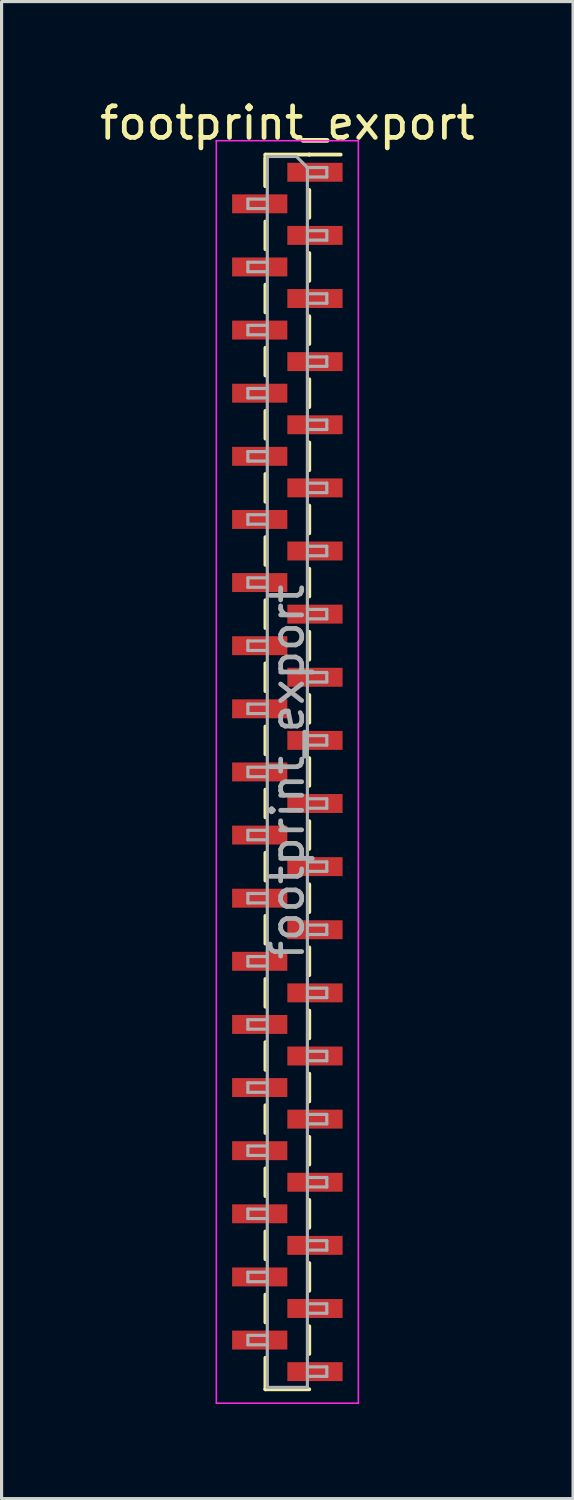
<source format=kicad_pcb>
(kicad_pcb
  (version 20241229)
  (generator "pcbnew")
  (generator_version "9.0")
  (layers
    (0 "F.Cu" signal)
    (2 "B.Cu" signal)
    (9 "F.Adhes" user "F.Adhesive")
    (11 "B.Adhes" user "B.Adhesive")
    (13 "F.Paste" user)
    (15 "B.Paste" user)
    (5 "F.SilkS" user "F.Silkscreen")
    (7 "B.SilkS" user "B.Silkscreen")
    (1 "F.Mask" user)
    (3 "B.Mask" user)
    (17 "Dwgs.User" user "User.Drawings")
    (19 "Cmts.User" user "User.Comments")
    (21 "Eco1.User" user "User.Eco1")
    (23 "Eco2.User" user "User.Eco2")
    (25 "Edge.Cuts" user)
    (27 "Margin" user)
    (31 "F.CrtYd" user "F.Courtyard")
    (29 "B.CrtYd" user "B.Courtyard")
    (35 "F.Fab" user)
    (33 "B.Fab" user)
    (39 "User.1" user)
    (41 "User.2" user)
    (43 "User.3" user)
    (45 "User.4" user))
  (footprint "footprint_export"
    (layer "F.Cu")
    (at 6.054 21.408)
    (property "Reference" "footprint_export" (at 0 -20.56 0) (layer "F.SilkS") (effects (font (size 1 1) (thickness 0.15))))
    (attr smd)
    (fp_line (start -0.695 -19.56) (end -0.695 -18.56) (stroke (width 0.12) (type solid)) (layer "F.SilkS"))
    (fp_line (start -0.695 -19.56) (end 0.695 -19.56) (stroke (width 0.12) (type solid)) (layer "F.SilkS"))
    (fp_line (start -0.695 -19.44) (end -0.695 -18.56) (stroke (width 0.12) (type solid)) (layer "F.SilkS"))
    (fp_line (start -0.695 -17.44) (end -0.695 -16.56) (stroke (width 0.12) (type solid)) (layer "F.SilkS"))
    (fp_line (start -0.695 -15.44) (end -0.695 -14.56) (stroke (width 0.12) (type solid)) (layer "F.SilkS"))
    (fp_line (start -0.695 -13.44) (end -0.695 -12.56) (stroke (width 0.12) (type solid)) (layer "F.SilkS"))
    (fp_line (start -0.695 -11.44) (end -0.695 -10.56) (stroke (width 0.12) (type solid)) (layer "F.SilkS"))
    (fp_line (start -0.695 -9.44) (end -0.695 -8.56) (stroke (width 0.12) (type solid)) (layer "F.SilkS"))
    (fp_line (start -0.695 -7.44) (end -0.695 -6.56) (stroke (width 0.12) (type solid)) (layer "F.SilkS"))
    (fp_line (start -0.695 -5.44) (end -0.695 -4.56) (stroke (width 0.12) (type solid)) (layer "F.SilkS"))
    (fp_line (start -0.695 -3.44) (end -0.695 -2.56) (stroke (width 0.12) (type solid)) (layer "F.SilkS"))
    (fp_line (start -0.695 -1.44) (end -0.695 -0.56) (stroke (width 0.12) (type solid)) (layer "F.SilkS"))
    (fp_line (start -0.695 0.56) (end -0.695 1.44) (stroke (width 0.12) (type solid)) (layer "F.SilkS"))
    (fp_line (start -0.695 2.56) (end -0.695 3.44) (stroke (width 0.12) (type solid)) (layer "F.SilkS"))
    (fp_line (start -0.695 4.56) (end -0.695 5.44) (stroke (width 0.12) (type solid)) (layer "F.SilkS"))
    (fp_line (start -0.695 6.56) (end -0.695 7.44) (stroke (width 0.12) (type solid)) (layer "F.SilkS"))
    (fp_line (start -0.695 8.56) (end -0.695 9.44) (stroke (width 0.12) (type solid)) (layer "F.SilkS"))
    (fp_line (start -0.695 10.56) (end -0.695 11.44) (stroke (width 0.12) (type solid)) (layer "F.SilkS"))
    (fp_line (start -0.695 12.56) (end -0.695 13.44) (stroke (width 0.12) (type solid)) (layer "F.SilkS"))
    (fp_line (start -0.695 14.56) (end -0.695 15.44) (stroke (width 0.12) (type solid)) (layer "F.SilkS"))
    (fp_line (start -0.695 16.56) (end -0.695 17.44) (stroke (width 0.12) (type solid)) (layer "F.SilkS"))
    (fp_line (start -0.695 18.56) (end -0.695 19.56) (stroke (width 0.12) (type solid)) (layer "F.SilkS"))
    (fp_line (start -0.695 19.56) (end -0.695 19.56) (stroke (width 0.12) (type solid)) (layer "F.SilkS"))
    (fp_line (start -0.695 19.56) (end 0.695 19.56) (stroke (width 0.12) (type solid)) (layer "F.SilkS"))
    (fp_line (start 0.695 -19.56) (end 0.695 -19.56) (stroke (width 0.12) (type solid)) (layer "F.SilkS"))
    (fp_line (start 0.695 -19.56) (end 1.69 -19.56) (stroke (width 0.12) (type solid)) (layer "F.SilkS"))
    (fp_line (start 0.695 -18.44) (end 0.695 -17.56) (stroke (width 0.12) (type solid)) (layer "F.SilkS"))
    (fp_line (start 0.695 -16.44) (end 0.695 -15.56) (stroke (width 0.12) (type solid)) (layer "F.SilkS"))
    (fp_line (start 0.695 -14.44) (end 0.695 -13.56) (stroke (width 0.12) (type solid)) (layer "F.SilkS"))
    (fp_line (start 0.695 -12.44) (end 0.695 -11.56) (stroke (width 0.12) (type solid)) (layer "F.SilkS"))
    (fp_line (start 0.695 -10.44) (end 0.695 -9.56) (stroke (width 0.12) (type solid)) (layer "F.SilkS"))
    (fp_line (start 0.695 -8.44) (end 0.695 -7.56) (stroke (width 0.12) (type solid)) (layer "F.SilkS"))
    (fp_line (start 0.695 -6.44) (end 0.695 -5.56) (stroke (width 0.12) (type solid)) (layer "F.SilkS"))
    (fp_line (start 0.695 -4.44) (end 0.695 -3.56) (stroke (width 0.12) (type solid)) (layer "F.SilkS"))
    (fp_line (start 0.695 -2.44) (end 0.695 -1.56) (stroke (width 0.12) (type solid)) (layer "F.SilkS"))
    (fp_line (start 0.695 -0.44) (end 0.695 0.44) (stroke (width 0.12) (type solid)) (layer "F.SilkS"))
    (fp_line (start 0.695 1.56) (end 0.695 2.44) (stroke (width 0.12) (type solid)) (layer "F.SilkS"))
    (fp_line (start 0.695 3.56) (end 0.695 4.44) (stroke (width 0.12) (type solid)) (layer "F.SilkS"))
    (fp_line (start 0.695 5.56) (end 0.695 6.44) (stroke (width 0.12) (type solid)) (layer "F.SilkS"))
    (fp_line (start 0.695 7.56) (end 0.695 8.44) (stroke (width 0.12) (type solid)) (layer "F.SilkS"))
    (fp_line (start 0.695 9.56) (end 0.695 10.44) (stroke (width 0.12) (type solid)) (layer "F.SilkS"))
    (fp_line (start 0.695 11.56) (end 0.695 12.44) (stroke (width 0.12) (type solid)) (layer "F.SilkS"))
    (fp_line (start 0.695 13.56) (end 0.695 14.44) (stroke (width 0.12) (type solid)) (layer "F.SilkS"))
    (fp_line (start 0.695 15.56) (end 0.695 16.44) (stroke (width 0.12) (type solid)) (layer "F.SilkS"))
    (fp_line (start 0.695 17.56) (end 0.695 18.44) (stroke (width 0.12) (type solid)) (layer "F.SilkS"))
    (fp_line (start -2.25 -20) (end -2.25 20) (stroke (width 0.05) (type solid)) (layer "F.CrtYd"))
    (fp_line (start -2.25 20) (end 2.25 20) (stroke (width 0.05) (type solid)) (layer "F.CrtYd"))
    (fp_line (start 2.25 -20) (end -2.25 -20) (stroke (width 0.05) (type solid)) (layer "F.CrtYd"))
    (fp_line (start 2.25 20) (end 2.25 -20) (stroke (width 0.05) (type solid)) (layer "F.CrtYd"))
    (fp_line (start -1.25 -18.15) (end -1.25 -17.85) (stroke (width 0.1) (type solid)) (layer "F.Fab"))
    (fp_line (start -1.25 -17.85) (end -0.635 -17.85) (stroke (width 0.1) (type solid)) (layer "F.Fab"))
    (fp_line (start -1.25 -16.15) (end -1.25 -15.85) (stroke (width 0.1) (type solid)) (layer "F.Fab"))
    (fp_line (start -1.25 -15.85) (end -0.635 -15.85) (stroke (width 0.1) (type solid)) (layer "F.Fab"))
    (fp_line (start -1.25 -14.15) (end -1.25 -13.85) (stroke (width 0.1) (type solid)) (layer "F.Fab"))
    (fp_line (start -1.25 -13.85) (end -0.635 -13.85) (stroke (width 0.1) (type solid)) (layer "F.Fab"))
    (fp_line (start -1.25 -12.15) (end -1.25 -11.85) (stroke (width 0.1) (type solid)) (layer "F.Fab"))
    (fp_line (start -1.25 -11.85) (end -0.635 -11.85) (stroke (width 0.1) (type solid)) (layer "F.Fab"))
    (fp_line (start -1.25 -10.15) (end -1.25 -9.85) (stroke (width 0.1) (type solid)) (layer "F.Fab"))
    (fp_line (start -1.25 -9.85) (end -0.635 -9.85) (stroke (width 0.1) (type solid)) (layer "F.Fab"))
    (fp_line (start -1.25 -8.15) (end -1.25 -7.85) (stroke (width 0.1) (type solid)) (layer "F.Fab"))
    (fp_line (start -1.25 -7.85) (end -0.635 -7.85) (stroke (width 0.1) (type solid)) (layer "F.Fab"))
    (fp_line (start -1.25 -6.15) (end -1.25 -5.85) (stroke (width 0.1) (type solid)) (layer "F.Fab"))
    (fp_line (start -1.25 -5.85) (end -0.635 -5.85) (stroke (width 0.1) (type solid)) (layer "F.Fab"))
    (fp_line (start -1.25 -4.15) (end -1.25 -3.85) (stroke (width 0.1) (type solid)) (layer "F.Fab"))
    (fp_line (start -1.25 -3.85) (end -0.635 -3.85) (stroke (width 0.1) (type solid)) (layer "F.Fab"))
    (fp_line (start -1.25 -2.15) (end -1.25 -1.85) (stroke (width 0.1) (type solid)) (layer "F.Fab"))
    (fp_line (start -1.25 -1.85) (end -0.635 -1.85) (stroke (width 0.1) (type solid)) (layer "F.Fab"))
    (fp_line (start -1.25 -0.15) (end -1.25 0.15) (stroke (width 0.1) (type solid)) (layer "F.Fab"))
    (fp_line (start -1.25 0.15) (end -0.635 0.15) (stroke (width 0.1) (type solid)) (layer "F.Fab"))
    (fp_line (start -1.25 1.85) (end -1.25 2.15) (stroke (width 0.1) (type solid)) (layer "F.Fab"))
    (fp_line (start -1.25 2.15) (end -0.635 2.15) (stroke (width 0.1) (type solid)) (layer "F.Fab"))
    (fp_line (start -1.25 3.85) (end -1.25 4.15) (stroke (width 0.1) (type solid)) (layer "F.Fab"))
    (fp_line (start -1.25 4.15) (end -0.635 4.15) (stroke (width 0.1) (type solid)) (layer "F.Fab"))
    (fp_line (start -1.25 5.85) (end -1.25 6.15) (stroke (width 0.1) (type solid)) (layer "F.Fab"))
    (fp_line (start -1.25 6.15) (end -0.635 6.15) (stroke (width 0.1) (type solid)) (layer "F.Fab"))
    (fp_line (start -1.25 7.85) (end -1.25 8.15) (stroke (width 0.1) (type solid)) (layer "F.Fab"))
    (fp_line (start -1.25 8.15) (end -0.635 8.15) (stroke (width 0.1) (type solid)) (layer "F.Fab"))
    (fp_line (start -1.25 9.85) (end -1.25 10.15) (stroke (width 0.1) (type solid)) (layer "F.Fab"))
    (fp_line (start -1.25 10.15) (end -0.635 10.15) (stroke (width 0.1) (type solid)) (layer "F.Fab"))
    (fp_line (start -1.25 11.85) (end -1.25 12.15) (stroke (width 0.1) (type solid)) (layer "F.Fab"))
    (fp_line (start -1.25 12.15) (end -0.635 12.15) (stroke (width 0.1) (type solid)) (layer "F.Fab"))
    (fp_line (start -1.25 13.85) (end -1.25 14.15) (stroke (width 0.1) (type solid)) (layer "F.Fab"))
    (fp_line (start -1.25 14.15) (end -0.635 14.15) (stroke (width 0.1) (type solid)) (layer "F.Fab"))
    (fp_line (start -1.25 15.85) (end -1.25 16.15) (stroke (width 0.1) (type solid)) (layer "F.Fab"))
    (fp_line (start -1.25 16.15) (end -0.635 16.15) (stroke (width 0.1) (type solid)) (layer "F.Fab"))
    (fp_line (start -1.25 17.85) (end -1.25 18.15) (stroke (width 0.1) (type solid)) (layer "F.Fab"))
    (fp_line (start -1.25 18.15) (end -0.635 18.15) (stroke (width 0.1) (type solid)) (layer "F.Fab"))
    (fp_line (start -0.635 -19.5) (end -0.635 19.5) (stroke (width 0.1) (type solid)) (layer "F.Fab"))
    (fp_line (start -0.635 -19.5) (end 0.285 -19.5) (stroke (width 0.1) (type solid)) (layer "F.Fab"))
    (fp_line (start -0.635 -18.15) (end -1.25 -18.15) (stroke (width 0.1) (type solid)) (layer "F.Fab"))
    (fp_line (start -0.635 -16.15) (end -1.25 -16.15) (stroke (width 0.1) (type solid)) (layer "F.Fab"))
    (fp_line (start -0.635 -14.15) (end -1.25 -14.15) (stroke (width 0.1) (type solid)) (layer "F.Fab"))
    (fp_line (start -0.635 -12.15) (end -1.25 -12.15) (stroke (width 0.1) (type solid)) (layer "F.Fab"))
    (fp_line (start -0.635 -10.15) (end -1.25 -10.15) (stroke (width 0.1) (type solid)) (layer "F.Fab"))
    (fp_line (start -0.635 -8.15) (end -1.25 -8.15) (stroke (width 0.1) (type solid)) (layer "F.Fab"))
    (fp_line (start -0.635 -6.15) (end -1.25 -6.15) (stroke (width 0.1) (type solid)) (layer "F.Fab"))
    (fp_line (start -0.635 -4.15) (end -1.25 -4.15) (stroke (width 0.1) (type solid)) (layer "F.Fab"))
    (fp_line (start -0.635 -2.15) (end -1.25 -2.15) (stroke (width 0.1) (type solid)) (layer "F.Fab"))
    (fp_line (start -0.635 -0.15) (end -1.25 -0.15) (stroke (width 0.1) (type solid)) (layer "F.Fab"))
    (fp_line (start -0.635 1.85) (end -1.25 1.85) (stroke (width 0.1) (type solid)) (layer "F.Fab"))
    (fp_line (start -0.635 3.85) (end -1.25 3.85) (stroke (width 0.1) (type solid)) (layer "F.Fab"))
    (fp_line (start -0.635 5.85) (end -1.25 5.85) (stroke (width 0.1) (type solid)) (layer "F.Fab"))
    (fp_line (start -0.635 7.85) (end -1.25 7.85) (stroke (width 0.1) (type solid)) (layer "F.Fab"))
    (fp_line (start -0.635 9.85) (end -1.25 9.85) (stroke (width 0.1) (type solid)) (layer "F.Fab"))
    (fp_line (start -0.635 11.85) (end -1.25 11.85) (stroke (width 0.1) (type solid)) (layer "F.Fab"))
    (fp_line (start -0.635 13.85) (end -1.25 13.85) (stroke (width 0.1) (type solid)) (layer "F.Fab"))
    (fp_line (start -0.635 15.85) (end -1.25 15.85) (stroke (width 0.1) (type solid)) (layer "F.Fab"))
    (fp_line (start -0.635 17.85) (end -1.25 17.85) (stroke (width 0.1) (type solid)) (layer "F.Fab"))
    (fp_line (start 0.635 -19.15) (end 0.285 -19.5) (stroke (width 0.1) (type solid)) (layer "F.Fab"))
    (fp_line (start 0.635 -19.15) (end 1.25 -19.15) (stroke (width 0.1) (type solid)) (layer "F.Fab"))
    (fp_line (start 0.635 -17.15) (end 1.25 -17.15) (stroke (width 0.1) (type solid)) (layer "F.Fab"))
    (fp_line (start 0.635 -15.15) (end 1.25 -15.15) (stroke (width 0.1) (type solid)) (layer "F.Fab"))
    (fp_line (start 0.635 -13.15) (end 1.25 -13.15) (stroke (width 0.1) (type solid)) (layer "F.Fab"))
    (fp_line (start 0.635 -11.15) (end 1.25 -11.15) (stroke (width 0.1) (type solid)) (layer "F.Fab"))
    (fp_line (start 0.635 -9.15) (end 1.25 -9.15) (stroke (width 0.1) (type solid)) (layer "F.Fab"))
    (fp_line (start 0.635 -7.15) (end 1.25 -7.15) (stroke (width 0.1) (type solid)) (layer "F.Fab"))
    (fp_line (start 0.635 -5.15) (end 1.25 -5.15) (stroke (width 0.1) (type solid)) (layer "F.Fab"))
    (fp_line (start 0.635 -3.15) (end 1.25 -3.15) (stroke (width 0.1) (type solid)) (layer "F.Fab"))
    (fp_line (start 0.635 -1.15) (end 1.25 -1.15) (stroke (width 0.1) (type solid)) (layer "F.Fab"))
    (fp_line (start 0.635 0.85) (end 1.25 0.85) (stroke (width 0.1) (type solid)) (layer "F.Fab"))
    (fp_line (start 0.635 2.85) (end 1.25 2.85) (stroke (width 0.1) (type solid)) (layer "F.Fab"))
    (fp_line (start 0.635 4.85) (end 1.25 4.85) (stroke (width 0.1) (type solid)) (layer "F.Fab"))
    (fp_line (start 0.635 6.85) (end 1.25 6.85) (stroke (width 0.1) (type solid)) (layer "F.Fab"))
    (fp_line (start 0.635 8.85) (end 1.25 8.85) (stroke (width 0.1) (type solid)) (layer "F.Fab"))
    (fp_line (start 0.635 10.85) (end 1.25 10.85) (stroke (width 0.1) (type solid)) (layer "F.Fab"))
    (fp_line (start 0.635 12.85) (end 1.25 12.85) (stroke (width 0.1) (type solid)) (layer "F.Fab"))
    (fp_line (start 0.635 14.85) (end 1.25 14.85) (stroke (width 0.1) (type solid)) (layer "F.Fab"))
    (fp_line (start 0.635 16.85) (end 1.25 16.85) (stroke (width 0.1) (type solid)) (layer "F.Fab"))
    (fp_line (start 0.635 18.85) (end 1.25 18.85) (stroke (width 0.1) (type solid)) (layer "F.Fab"))
    (fp_line (start 0.635 19.5) (end -0.635 19.5) (stroke (width 0.1) (type solid)) (layer "F.Fab"))
    (fp_line (start 0.635 19.5) (end 0.635 -19.15) (stroke (width 0.1) (type solid)) (layer "F.Fab"))
    (fp_line (start 1.25 -19.15) (end 1.25 -18.85) (stroke (width 0.1) (type solid)) (layer "F.Fab"))
    (fp_line (start 1.25 -18.85) (end 0.635 -18.85) (stroke (width 0.1) (type solid)) (layer "F.Fab"))
    (fp_line (start 1.25 -17.15) (end 1.25 -16.85) (stroke (width 0.1) (type solid)) (layer "F.Fab"))
    (fp_line (start 1.25 -16.85) (end 0.635 -16.85) (stroke (width 0.1) (type solid)) (layer "F.Fab"))
    (fp_line (start 1.25 -15.15) (end 1.25 -14.85) (stroke (width 0.1) (type solid)) (layer "F.Fab"))
    (fp_line (start 1.25 -14.85) (end 0.635 -14.85) (stroke (width 0.1) (type solid)) (layer "F.Fab"))
    (fp_line (start 1.25 -13.15) (end 1.25 -12.85) (stroke (width 0.1) (type solid)) (layer "F.Fab"))
    (fp_line (start 1.25 -12.85) (end 0.635 -12.85) (stroke (width 0.1) (type solid)) (layer "F.Fab"))
    (fp_line (start 1.25 -11.15) (end 1.25 -10.85) (stroke (width 0.1) (type solid)) (layer "F.Fab"))
    (fp_line (start 1.25 -10.85) (end 0.635 -10.85) (stroke (width 0.1) (type solid)) (layer "F.Fab"))
    (fp_line (start 1.25 -9.15) (end 1.25 -8.85) (stroke (width 0.1) (type solid)) (layer "F.Fab"))
    (fp_line (start 1.25 -8.85) (end 0.635 -8.85) (stroke (width 0.1) (type solid)) (layer "F.Fab"))
    (fp_line (start 1.25 -7.15) (end 1.25 -6.85) (stroke (width 0.1) (type solid)) (layer "F.Fab"))
    (fp_line (start 1.25 -6.85) (end 0.635 -6.85) (stroke (width 0.1) (type solid)) (layer "F.Fab"))
    (fp_line (start 1.25 -5.15) (end 1.25 -4.85) (stroke (width 0.1) (type solid)) (layer "F.Fab"))
    (fp_line (start 1.25 -4.85) (end 0.635 -4.85) (stroke (width 0.1) (type solid)) (layer "F.Fab"))
    (fp_line (start 1.25 -3.15) (end 1.25 -2.85) (stroke (width 0.1) (type solid)) (layer "F.Fab"))
    (fp_line (start 1.25 -2.85) (end 0.635 -2.85) (stroke (width 0.1) (type solid)) (layer "F.Fab"))
    (fp_line (start 1.25 -1.15) (end 1.25 -0.85) (stroke (width 0.1) (type solid)) (layer "F.Fab"))
    (fp_line (start 1.25 -0.85) (end 0.635 -0.85) (stroke (width 0.1) (type solid)) (layer "F.Fab"))
    (fp_line (start 1.25 0.85) (end 1.25 1.15) (stroke (width 0.1) (type solid)) (layer "F.Fab"))
    (fp_line (start 1.25 1.15) (end 0.635 1.15) (stroke (width 0.1) (type solid)) (layer "F.Fab"))
    (fp_line (start 1.25 2.85) (end 1.25 3.15) (stroke (width 0.1) (type solid)) (layer "F.Fab"))
    (fp_line (start 1.25 3.15) (end 0.635 3.15) (stroke (width 0.1) (type solid)) (layer "F.Fab"))
    (fp_line (start 1.25 4.85) (end 1.25 5.15) (stroke (width 0.1) (type solid)) (layer "F.Fab"))
    (fp_line (start 1.25 5.15) (end 0.635 5.15) (stroke (width 0.1) (type solid)) (layer "F.Fab"))
    (fp_line (start 1.25 6.85) (end 1.25 7.15) (stroke (width 0.1) (type solid)) (layer "F.Fab"))
    (fp_line (start 1.25 7.15) (end 0.635 7.15) (stroke (width 0.1) (type solid)) (layer "F.Fab"))
    (fp_line (start 1.25 8.85) (end 1.25 9.15) (stroke (width 0.1) (type solid)) (layer "F.Fab"))
    (fp_line (start 1.25 9.15) (end 0.635 9.15) (stroke (width 0.1) (type solid)) (layer "F.Fab"))
    (fp_line (start 1.25 10.85) (end 1.25 11.15) (stroke (width 0.1) (type solid)) (layer "F.Fab"))
    (fp_line (start 1.25 11.15) (end 0.635 11.15) (stroke (width 0.1) (type solid)) (layer "F.Fab"))
    (fp_line (start 1.25 12.85) (end 1.25 13.15) (stroke (width 0.1) (type solid)) (layer "F.Fab"))
    (fp_line (start 1.25 13.15) (end 0.635 13.15) (stroke (width 0.1) (type solid)) (layer "F.Fab"))
    (fp_line (start 1.25 14.85) (end 1.25 15.15) (stroke (width 0.1) (type solid)) (layer "F.Fab"))
    (fp_line (start 1.25 15.15) (end 0.635 15.15) (stroke (width 0.1) (type solid)) (layer "F.Fab"))
    (fp_line (start 1.25 16.85) (end 1.25 17.15) (stroke (width 0.1) (type solid)) (layer "F.Fab"))
    (fp_line (start 1.25 17.15) (end 0.635 17.15) (stroke (width 0.1) (type solid)) (layer "F.Fab"))
    (fp_line (start 1.25 18.85) (end 1.25 19.15) (stroke (width 0.1) (type solid)) (layer "F.Fab"))
    (fp_line (start 1.25 19.15) (end 0.635 19.15) (stroke (width 0.1) (type solid)) (layer "F.Fab"))
    (fp_text user "${REFERENCE}" (at 0 0 90) (layer "F.Fab") (effects (font (size 1 1) (thickness 0.15))))
    (pad "1" smd rect (at 0.875 -19) (size 1.75 0.6) (layers "F.Cu" "F.Mask" "F.Paste"))
    (pad "2" smd rect (at -0.875 -18) (size 1.75 0.6) (layers "F.Cu" "F.Mask" "F.Paste"))
    (pad "3" smd rect (at 0.875 -17) (size 1.75 0.6) (layers "F.Cu" "F.Mask" "F.Paste"))
    (pad "4" smd rect (at -0.875 -16) (size 1.75 0.6) (layers "F.Cu" "F.Mask" "F.Paste"))
    (pad "5" smd rect (at 0.875 -15) (size 1.75 0.6) (layers "F.Cu" "F.Mask" "F.Paste"))
    (pad "6" smd rect (at -0.875 -14) (size 1.75 0.6) (layers "F.Cu" "F.Mask" "F.Paste"))
    (pad "7" smd rect (at 0.875 -13) (size 1.75 0.6) (layers "F.Cu" "F.Mask" "F.Paste"))
    (pad "8" smd rect (at -0.875 -12) (size 1.75 0.6) (layers "F.Cu" "F.Mask" "F.Paste"))
    (pad "9" smd rect (at 0.875 -11) (size 1.75 0.6) (layers "F.Cu" "F.Mask" "F.Paste"))
    (pad "10" smd rect (at -0.875 -10) (size 1.75 0.6) (layers "F.Cu" "F.Mask" "F.Paste"))
    (pad "11" smd rect (at 0.875 -9) (size 1.75 0.6) (layers "F.Cu" "F.Mask" "F.Paste"))
    (pad "12" smd rect (at -0.875 -8) (size 1.75 0.6) (layers "F.Cu" "F.Mask" "F.Paste"))
    (pad "13" smd rect (at 0.875 -7) (size 1.75 0.6) (layers "F.Cu" "F.Mask" "F.Paste"))
    (pad "14" smd rect (at -0.875 -6) (size 1.75 0.6) (layers "F.Cu" "F.Mask" "F.Paste"))
    (pad "15" smd rect (at 0.875 -5) (size 1.75 0.6) (layers "F.Cu" "F.Mask" "F.Paste"))
    (pad "16" smd rect (at -0.875 -4) (size 1.75 0.6) (layers "F.Cu" "F.Mask" "F.Paste"))
    (pad "17" smd rect (at 0.875 -3) (size 1.75 0.6) (layers "F.Cu" "F.Mask" "F.Paste"))
    (pad "18" smd rect (at -0.875 -2) (size 1.75 0.6) (layers "F.Cu" "F.Mask" "F.Paste"))
    (pad "19" smd rect (at 0.875 -1) (size 1.75 0.6) (layers "F.Cu" "F.Mask" "F.Paste"))
    (pad "20" smd rect (at -0.875 0) (size 1.75 0.6) (layers "F.Cu" "F.Mask" "F.Paste"))
    (pad "21" smd rect (at 0.875 1) (size 1.75 0.6) (layers "F.Cu" "F.Mask" "F.Paste"))
    (pad "22" smd rect (at -0.875 2) (size 1.75 0.6) (layers "F.Cu" "F.Mask" "F.Paste"))
    (pad "23" smd rect (at 0.875 3) (size 1.75 0.6) (layers "F.Cu" "F.Mask" "F.Paste"))
    (pad "24" smd rect (at -0.875 4) (size 1.75 0.6) (layers "F.Cu" "F.Mask" "F.Paste"))
    (pad "25" smd rect (at 0.875 5) (size 1.75 0.6) (layers "F.Cu" "F.Mask" "F.Paste"))
    (pad "26" smd rect (at -0.875 6) (size 1.75 0.6) (layers "F.Cu" "F.Mask" "F.Paste"))
    (pad "27" smd rect (at 0.875 7) (size 1.75 0.6) (layers "F.Cu" "F.Mask" "F.Paste"))
    (pad "28" smd rect (at -0.875 8) (size 1.75 0.6) (layers "F.Cu" "F.Mask" "F.Paste"))
    (pad "29" smd rect (at 0.875 9) (size 1.75 0.6) (layers "F.Cu" "F.Mask" "F.Paste"))
    (pad "30" smd rect (at -0.875 10) (size 1.75 0.6) (layers "F.Cu" "F.Mask" "F.Paste"))
    (pad "31" smd rect (at 0.875 11) (size 1.75 0.6) (layers "F.Cu" "F.Mask" "F.Paste"))
    (pad "32" smd rect (at -0.875 12) (size 1.75 0.6) (layers "F.Cu" "F.Mask" "F.Paste"))
    (pad "33" smd rect (at 0.875 13) (size 1.75 0.6) (layers "F.Cu" "F.Mask" "F.Paste"))
    (pad "34" smd rect (at -0.875 14) (size 1.75 0.6) (layers "F.Cu" "F.Mask" "F.Paste"))
    (pad "35" smd rect (at 0.875 15) (size 1.75 0.6) (layers "F.Cu" "F.Mask" "F.Paste"))
    (pad "36" smd rect (at -0.875 16) (size 1.75 0.6) (layers "F.Cu" "F.Mask" "F.Paste"))
    (pad "37" smd rect (at 0.875 17) (size 1.75 0.6) (layers "F.Cu" "F.Mask" "F.Paste"))
    (pad "38" smd rect (at -0.875 18) (size 1.75 0.6) (layers "F.Cu" "F.Mask" "F.Paste"))
    (pad "39" smd rect (at 0.875 19) (size 1.75 0.6) (layers "F.Cu" "F.Mask" "F.Paste")))
  (gr_rect
    (start -3 -3)
    (end 15.107 44.433)
    (stroke (width 0.1) (type default))
    (fill no)
    (layer "Edge.Cuts")))
</source>
